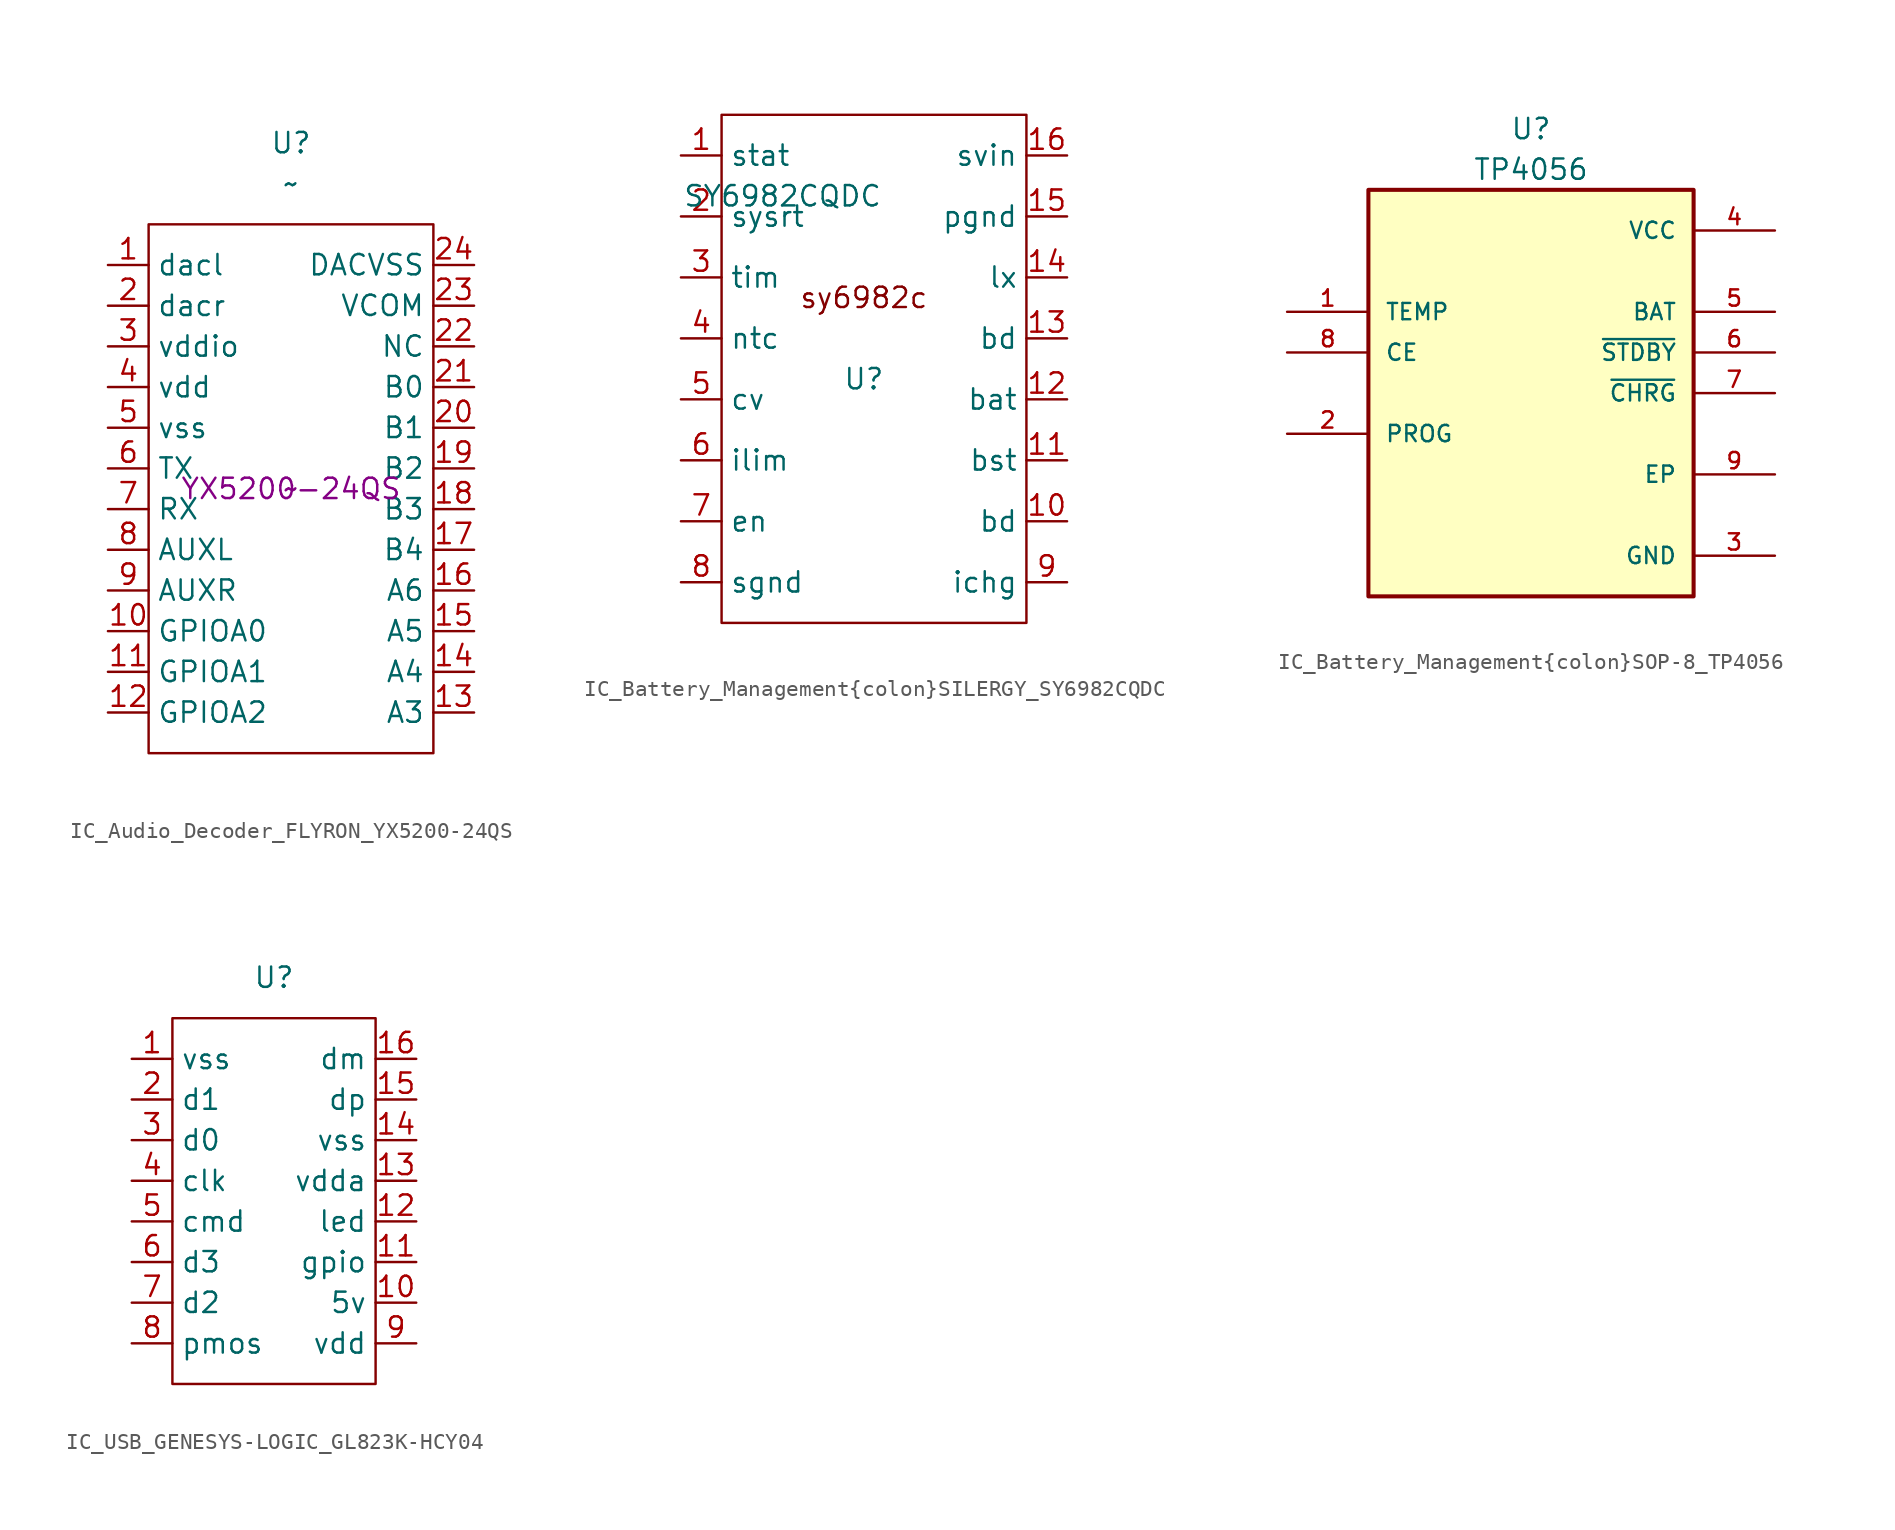
<source format=kicad_sym>
(kicad_symbol_lib
  (version 20220914)
  (generator kicad_symbol_editor)
  (symbol "IC_Audio_Decoder_FLYRON_YX5200-24QS"
    (property "Reference" "U"
      (at 0 21.59 0)
      (effects (font (size 1.27 1.27))))
    (property "Value" "~"
      (at 0 19.05 0)
      (effects (font (size 1.27 1.27))))
    (property "MPN" "YX5200-24QS"
      (at 0 0 0)
      (effects (font (size 1.27 1.27))))
    (property "LCSC PN" "~"
      (at 0 0 0)
      (effects (font (size 1.27 1.27))))
    (symbol "IC_Audio_Decoder_FLYRON_YX5200-24QS_0_1"
      (rectangle (start -8.89 16.51) (end 8.89 -16.51) (stroke (width 0) (type default)) (fill (type none))))
    (symbol "IC_Audio_Decoder_FLYRON_YX5200-24QS_1_1"
      (pin input line (at -11.43 13.97 0) (length 2.54) (name "dacl" (effects (font (size 1.27 1.27)))) (number "1" (effects (font (size 1.27 1.27)))))
      (pin input line (at -11.43 -8.89 0) (length 2.54) (name "GPIOA0" (effects (font (size 1.27 1.27)))) (number "10" (effects (font (size 1.27 1.27)))))
      (pin input line (at -11.43 -11.43 0) (length 2.54) (name "GPIOA1" (effects (font (size 1.27 1.27)))) (number "11" (effects (font (size 1.27 1.27)))))
      (pin input line (at -11.43 -13.97 0) (length 2.54) (name "GPIOA2" (effects (font (size 1.27 1.27)))) (number "12" (effects (font (size 1.27 1.27)))))
      (pin input line (at 11.43 -13.97 180) (length 2.54) (name "A3" (effects (font (size 1.27 1.27)))) (number "13" (effects (font (size 1.27 1.27)))))
      (pin input line (at 11.43 -11.43 180) (length 2.54) (name "A4" (effects (font (size 1.27 1.27)))) (number "14" (effects (font (size 1.27 1.27)))))
      (pin input line (at 11.43 -8.89 180) (length 2.54) (name "A5" (effects (font (size 1.27 1.27)))) (number "15" (effects (font (size 1.27 1.27)))))
      (pin input line (at 11.43 -6.35 180) (length 2.54) (name "A6" (effects (font (size 1.27 1.27)))) (number "16" (effects (font (size 1.27 1.27)))))
      (pin input line (at 11.43 -3.81 180) (length 2.54) (name "B4" (effects (font (size 1.27 1.27)))) (number "17" (effects (font (size 1.27 1.27)))))
      (pin input line (at 11.43 -1.27 180) (length 2.54) (name "B3" (effects (font (size 1.27 1.27)))) (number "18" (effects (font (size 1.27 1.27)))))
      (pin input line (at 11.43 1.27 180) (length 2.54) (name "B2" (effects (font (size 1.27 1.27)))) (number "19" (effects (font (size 1.27 1.27)))))
      (pin input line (at -11.43 11.43 0) (length 2.54) (name "dacr" (effects (font (size 1.27 1.27)))) (number "2" (effects (font (size 1.27 1.27)))))
      (pin input line (at 11.43 3.81 180) (length 2.54) (name "B1" (effects (font (size 1.27 1.27)))) (number "20" (effects (font (size 1.27 1.27)))))
      (pin input line (at 11.43 6.35 180) (length 2.54) (name "B0" (effects (font (size 1.27 1.27)))) (number "21" (effects (font (size 1.27 1.27)))))
      (pin input line (at 11.43 8.89 180) (length 2.54) (name "NC" (effects (font (size 1.27 1.27)))) (number "22" (effects (font (size 1.27 1.27)))))
      (pin input line (at 11.43 11.43 180) (length 2.54) (name "VCOM" (effects (font (size 1.27 1.27)))) (number "23" (effects (font (size 1.27 1.27)))))
      (pin input line (at 11.43 13.97 180) (length 2.54) (name "DACVSS" (effects (font (size 1.27 1.27)))) (number "24" (effects (font (size 1.27 1.27)))))
      (pin input line (at -11.43 8.89 0) (length 2.54) (name "vddio" (effects (font (size 1.27 1.27)))) (number "3" (effects (font (size 1.27 1.27)))))
      (pin input line (at -11.43 6.35 0) (length 2.54) (name "vdd" (effects (font (size 1.27 1.27)))) (number "4" (effects (font (size 1.27 1.27)))))
      (pin input line (at -11.43 3.81 0) (length 2.54) (name "vss" (effects (font (size 1.27 1.27)))) (number "5" (effects (font (size 1.27 1.27)))))
      (pin input line (at -11.43 1.27 0) (length 2.54) (name "TX" (effects (font (size 1.27 1.27)))) (number "6" (effects (font (size 1.27 1.27)))))
      (pin input line (at -11.43 -1.27 0) (length 2.54) (name "RX" (effects (font (size 1.27 1.27)))) (number "7" (effects (font (size 1.27 1.27)))))
      (pin input line (at -11.43 -3.81 0) (length 2.54) (name "AUXL" (effects (font (size 1.27 1.27)))) (number "8" (effects (font (size 1.27 1.27)))))
      (pin input line (at -11.43 -6.35 0) (length 2.54) (name "AUXR" (effects (font (size 1.27 1.27)))) (number "9" (effects (font (size 1.27 1.27)))))))
  (symbol "IC_Battery_Management{colon}SILERGY_SY6982CQDC"
    (property "Reference" "U"
      (at 0 -1.27 0)
      (effects (font (size 1.27 1.27))))
    (property "Value" "SY6982CQDC"
      (at -5.08 10.16 0)
      (effects (font (size 1.27 1.27))))
    (symbol "IC_Battery_Management{colon}SILERGY_SY6982CQDC_0_1"
      (rectangle (start -8.89 15.24) (end 10.16 -16.51) (stroke (width 0) (type default)) (fill (type none)))
      (text "sy6982c" (at 0 3.81 0) (effects (font (size 1.27 1.27)))))
    (symbol "IC_Battery_Management{colon}SILERGY_SY6982CQDC_1_1"
      (pin input line (at -11.43 12.7 0) (length 2.54) (name "stat" (effects (font (size 1.27 1.27)))) (number "1" (effects (font (size 1.27 1.27)))))
      (pin input line (at 12.7 -10.16 180) (length 2.54) (name "bd" (effects (font (size 1.27 1.27)))) (number "10" (effects (font (size 1.27 1.27)))))
      (pin input line (at 12.7 -6.35 180) (length 2.54) (name "bst" (effects (font (size 1.27 1.27)))) (number "11" (effects (font (size 1.27 1.27)))))
      (pin input line (at 12.7 -2.54 180) (length 2.54) (name "bat" (effects (font (size 1.27 1.27)))) (number "12" (effects (font (size 1.27 1.27)))))
      (pin input line (at 12.7 1.27 180) (length 2.54) (name "bd" (effects (font (size 1.27 1.27)))) (number "13" (effects (font (size 1.27 1.27)))))
      (pin input line (at 12.7 5.08 180) (length 2.54) (name "lx" (effects (font (size 1.27 1.27)))) (number "14" (effects (font (size 1.27 1.27)))))
      (pin input line (at 12.7 8.89 180) (length 2.54) (name "pgnd" (effects (font (size 1.27 1.27)))) (number "15" (effects (font (size 1.27 1.27)))))
      (pin input line (at 12.7 12.7 180) (length 2.54) (name "svin" (effects (font (size 1.27 1.27)))) (number "16" (effects (font (size 1.27 1.27)))))
      (pin input line (at -11.43 8.89 0) (length 2.54) (name "sysrt" (effects (font (size 1.27 1.27)))) (number "2" (effects (font (size 1.27 1.27)))))
      (pin input line (at -11.43 5.08 0) (length 2.54) (name "tim" (effects (font (size 1.27 1.27)))) (number "3" (effects (font (size 1.27 1.27)))))
      (pin input line (at -11.43 1.27 0) (length 2.54) (name "ntc" (effects (font (size 1.27 1.27)))) (number "4" (effects (font (size 1.27 1.27)))))
      (pin input line (at -11.43 -2.54 0) (length 2.54) (name "cv" (effects (font (size 1.27 1.27)))) (number "5" (effects (font (size 1.27 1.27)))))
      (pin input line (at -11.43 -6.35 0) (length 2.54) (name "ilim" (effects (font (size 1.27 1.27)))) (number "6" (effects (font (size 1.27 1.27)))))
      (pin input line (at -11.43 -10.16 0) (length 2.54) (name "en" (effects (font (size 1.27 1.27)))) (number "7" (effects (font (size 1.27 1.27)))))
      (pin input line (at -11.43 -13.97 0) (length 2.54) (name "sgnd" (effects (font (size 1.27 1.27)))) (number "8" (effects (font (size 1.27 1.27)))))
      (pin input line (at 12.7 -13.97 180) (length 2.54) (name "ichg" (effects (font (size 1.27 1.27)))) (number "9" (effects (font (size 1.27 1.27)))))))
  (symbol "IC_Battery_Management{colon}SOP-8_TP4056"
    (pin_names
      (offset 1.016))
    (property "Reference" "U"
      (at 0 16.51 0)
      (effects (font (size 1.27 1.27))))
    (property "Value" "TP4056"
      (at 0 13.97 0)
      (effects (font (size 1.27 1.27))))
    (symbol "IC_Battery_Management{colon}SOP-8_TP4056_0_0"
      (rectangle (start -10.16 -12.7) (end 10.16 12.7) (stroke (width 0.254) (type default)) (fill (type background)))
      (pin input line (at -15.24 5.08 0) (length 5.08) (name "TEMP" (effects (font (size 1.016 1.016)))) (number "1" (effects (font (size 1.016 1.016)))))
      (pin bidirectional line (at -15.24 -2.54 0) (length 5.08) (name "PROG" (effects (font (size 1.016 1.016)))) (number "2" (effects (font (size 1.016 1.016)))))
      (pin power_in line (at 15.24 -10.16 180) (length 5.08) (name "GND" (effects (font (size 1.016 1.016)))) (number "3" (effects (font (size 1.016 1.016)))))
      (pin power_in line (at 15.24 10.16 180) (length 5.08) (name "VCC" (effects (font (size 1.016 1.016)))) (number "4" (effects (font (size 1.016 1.016)))))
      (pin output line (at 15.24 5.08 180) (length 5.08) (name "BAT" (effects (font (size 1.016 1.016)))) (number "5" (effects (font (size 1.016 1.016)))))
      (pin output line (at 15.24 2.54 180) (length 5.08) (name "~{STDBY}" (effects (font (size 1.016 1.016)))) (number "6" (effects (font (size 1.016 1.016)))))
      (pin output line (at 15.24 0 180) (length 5.08) (name "~{CHRG}" (effects (font (size 1.016 1.016)))) (number "7" (effects (font (size 1.016 1.016)))))
      (pin input line (at -15.24 2.54 0) (length 5.08) (name "CE" (effects (font (size 1.016 1.016)))) (number "8" (effects (font (size 1.016 1.016)))))
      (pin passive line (at 15.24 -5.08 180) (length 5.08) (name "EP" (effects (font (size 1.016 1.016)))) (number "9" (effects (font (size 1.016 1.016)))))))
  (symbol "IC_USB_GENESYS-LOGIC_GL823K-HCY04"
    (property "Reference" "U"
      (at 0 13.97 0)
      (effects (font (size 1.27 1.27))))
    (symbol "IC_USB_GENESYS-LOGIC_GL823K-HCY04_0_1"
      (rectangle (start -6.35 11.43) (end 6.35 -11.43) (stroke (width 0) (type default)) (fill (type none))))
    (symbol "IC_USB_GENESYS-LOGIC_GL823K-HCY04_1_1"
      (pin input line (at -8.89 8.89 0) (length 2.54) (name "vss" (effects (font (size 1.27 1.27)))) (number "1" (effects (font (size 1.27 1.27)))))
      (pin input line (at 8.89 -6.35 180) (length 2.54) (name "5v" (effects (font (size 1.27 1.27)))) (number "10" (effects (font (size 1.27 1.27)))))
      (pin input line (at 8.89 -3.81 180) (length 2.54) (name "gpio" (effects (font (size 1.27 1.27)))) (number "11" (effects (font (size 1.27 1.27)))))
      (pin input line (at 8.89 -1.27 180) (length 2.54) (name "led" (effects (font (size 1.27 1.27)))) (number "12" (effects (font (size 1.27 1.27)))))
      (pin input line (at 8.89 1.27 180) (length 2.54) (name "vdda" (effects (font (size 1.27 1.27)))) (number "13" (effects (font (size 1.27 1.27)))))
      (pin input line (at 8.89 3.81 180) (length 2.54) (name "vss" (effects (font (size 1.27 1.27)))) (number "14" (effects (font (size 1.27 1.27)))))
      (pin input line (at 8.89 6.35 180) (length 2.54) (name "dp" (effects (font (size 1.27 1.27)))) (number "15" (effects (font (size 1.27 1.27)))))
      (pin input line (at 8.89 8.89 180) (length 2.54) (name "dm" (effects (font (size 1.27 1.27)))) (number "16" (effects (font (size 1.27 1.27)))))
      (pin input line (at -8.89 6.35 0) (length 2.54) (name "d1" (effects (font (size 1.27 1.27)))) (number "2" (effects (font (size 1.27 1.27)))))
      (pin input line (at -8.89 3.81 0) (length 2.54) (name "d0" (effects (font (size 1.27 1.27)))) (number "3" (effects (font (size 1.27 1.27)))))
      (pin input line (at -8.89 1.27 0) (length 2.54) (name "clk" (effects (font (size 1.27 1.27)))) (number "4" (effects (font (size 1.27 1.27)))))
      (pin input line (at -8.89 -1.27 0) (length 2.54) (name "cmd" (effects (font (size 1.27 1.27)))) (number "5" (effects (font (size 1.27 1.27)))))
      (pin input line (at -8.89 -3.81 0) (length 2.54) (name "d3" (effects (font (size 1.27 1.27)))) (number "6" (effects (font (size 1.27 1.27)))))
      (pin input line (at -8.89 -6.35 0) (length 2.54) (name "d2" (effects (font (size 1.27 1.27)))) (number "7" (effects (font (size 1.27 1.27)))))
      (pin input line (at -8.89 -8.89 0) (length 2.54) (name "pmos" (effects (font (size 1.27 1.27)))) (number "8" (effects (font (size 1.27 1.27)))))
      (pin input line (at 8.89 -8.89 180) (length 2.54) (name "vdd" (effects (font (size 1.27 1.27)))) (number "9" (effects (font (size 1.27 1.27))))))))
</source>
